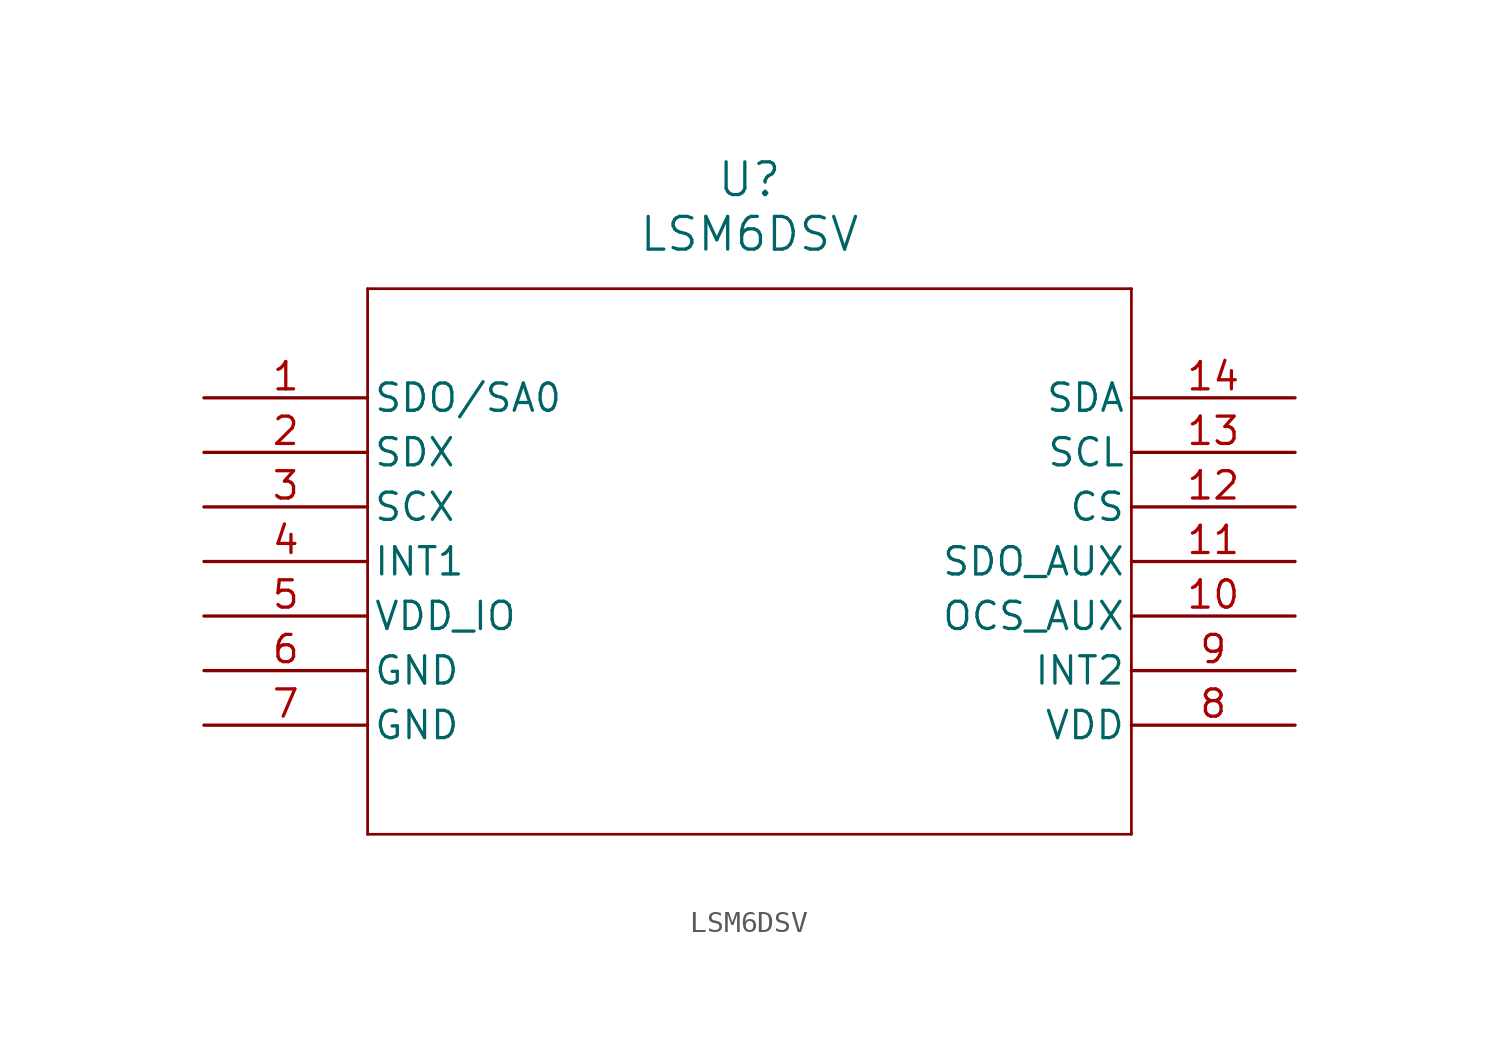
<source format=kicad_sym>
(kicad_symbol_lib
  (version 20231120)
  (generator "kicad_symbol_editor")
  (generator_version "8.0")
  (symbol "LSM6DSV"
    (pin_names
      (offset 0.254))
    (property "Reference" "U"
      (at 25.4 10.16 0)
      (effects (font (size 1.524 1.524))))
    (property "Value" "LSM6DSV"
      (at 25.4 7.62 0)
      (effects (font (size 1.524 1.524))))
    (property "ki_locked" ""
      (at 0 0 0)
      (effects (font (size 1.27 1.27))))
    (symbol "LSM6DSV_0_1"
      (polyline (pts (xy 7.62 -20.32) (xy 43.18 -20.32)) (stroke (width 0.127) (type default)) (fill (type none)))
      (polyline (pts (xy 7.62 5.08) (xy 7.62 -20.32)) (stroke (width 0.127) (type default)) (fill (type none)))
      (polyline (pts (xy 43.18 -20.32) (xy 43.18 5.08)) (stroke (width 0.127) (type default)) (fill (type none)))
      (polyline (pts (xy 43.18 5.08) (xy 7.62 5.08)) (stroke (width 0.127) (type default)) (fill (type none)))
      (pin bidirectional line (at 0 0 0) (length 7.62) (name "SDO/SA0" (effects (font (size 1.27 1.27)))) (number "1" (effects (font (size 1.27 1.27)))))
      (pin passive line (at 50.8 -10.16 180) (length 7.62) (name "OCS_AUX" (effects (font (size 1.27 1.27)))) (number "10" (effects (font (size 1.27 1.27)))))
      (pin passive line (at 50.8 -7.62 180) (length 7.62) (name "SDO_AUX" (effects (font (size 1.27 1.27)))) (number "11" (effects (font (size 1.27 1.27)))))
      (pin input line (at 50.8 -5.08 180) (length 7.62) (name "CS" (effects (font (size 1.27 1.27)))) (number "12" (effects (font (size 1.27 1.27)))))
      (pin bidirectional line (at 50.8 -2.54 180) (length 7.62) (name "SCL" (effects (font (size 1.27 1.27)))) (number "13" (effects (font (size 1.27 1.27)))))
      (pin bidirectional line (at 50.8 0 180) (length 7.62) (name "SDA" (effects (font (size 1.27 1.27)))) (number "14" (effects (font (size 1.27 1.27)))))
      (pin passive line (at 0 -2.54 0) (length 7.62) (name "SDX" (effects (font (size 1.27 1.27)))) (number "2" (effects (font (size 1.27 1.27)))))
      (pin passive line (at 0 -5.08 0) (length 7.62) (name "SCX" (effects (font (size 1.27 1.27)))) (number "3" (effects (font (size 1.27 1.27)))))
      (pin bidirectional line (at 0 -7.62 0) (length 7.62) (name "INT1" (effects (font (size 1.27 1.27)))) (number "4" (effects (font (size 1.27 1.27)))))
      (pin power_in line (at 0 -10.16 0) (length 7.62) (name "VDD_IO" (effects (font (size 1.27 1.27)))) (number "5" (effects (font (size 1.27 1.27)))))
      (pin power_in line (at 0 -12.7 0) (length 7.62) (name "GND" (effects (font (size 1.27 1.27)))) (number "6" (effects (font (size 1.27 1.27)))))
      (pin power_in line (at 0 -15.24 0) (length 7.62) (name "GND" (effects (font (size 1.27 1.27)))) (number "7" (effects (font (size 1.27 1.27)))))
      (pin power_in line (at 50.8 -15.24 180) (length 7.62) (name "VDD" (effects (font (size 1.27 1.27)))) (number "8" (effects (font (size 1.27 1.27)))))
      (pin bidirectional line (at 50.8 -12.7 180) (length 7.62) (name "INT2" (effects (font (size 1.27 1.27)))) (number "9" (effects (font (size 1.27 1.27))))))))
</source>
